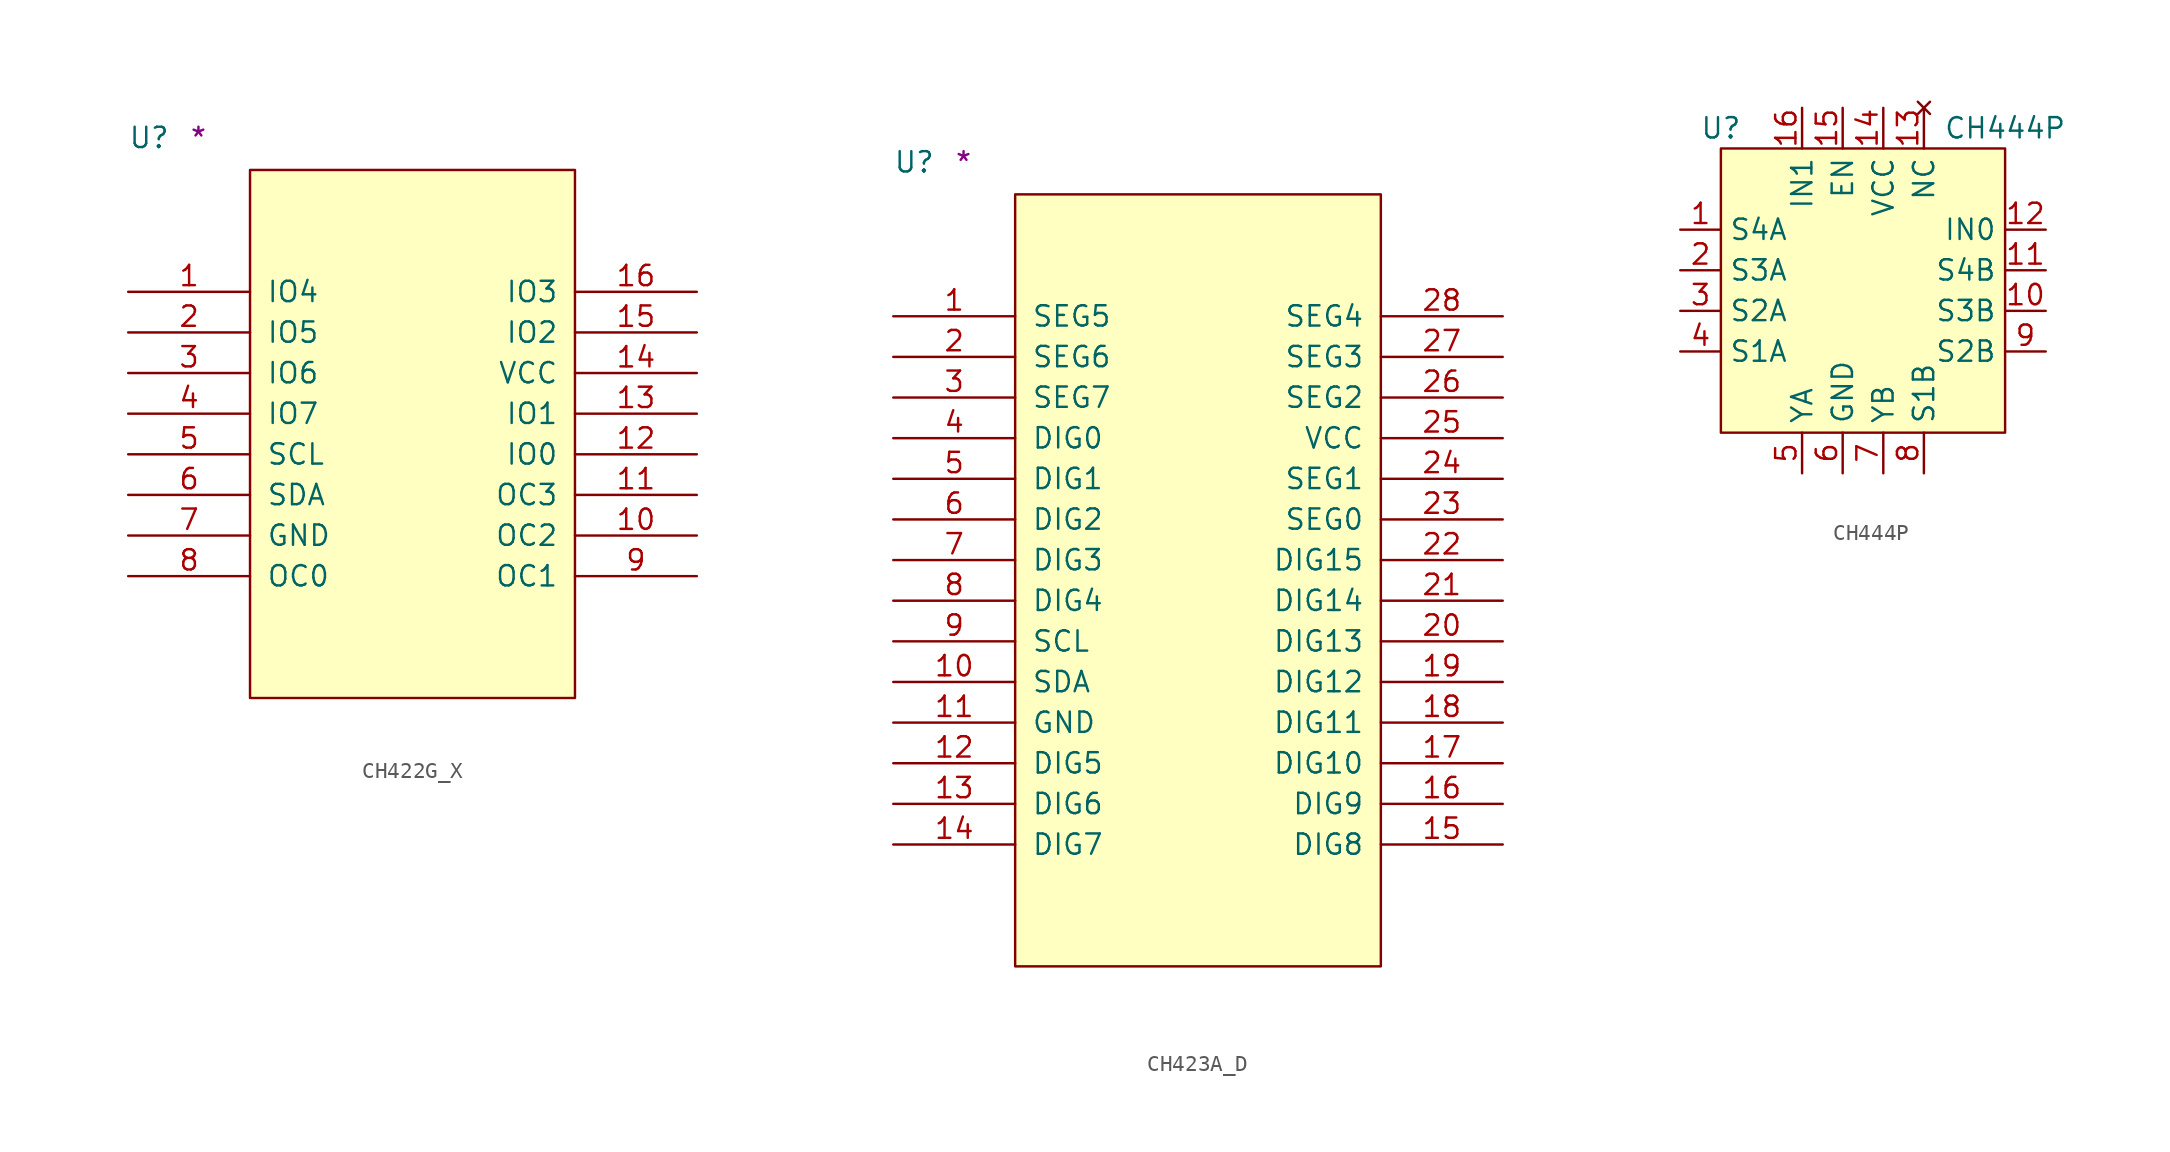
<source format=kicad_sym>
(kicad_symbol_lib
  (version 20211014)
  (generator kicad_symbol_editor)
  (symbol "CH422G_X"
    (pin_names
      (offset 1.016))
    (property "Reference" "U"
      (at -7.62 1.27 0)
      (effects (font (size 1.27 1.27)) (justify left bottom)))
    (property "Comment" "*"
      (at -3.81 1.27 0)
      (effects (font (size 1.27 1.27)) (justify left bottom)))
    (symbol "CH422G_X_1_1"
      (rectangle (start 0 -33.02) (end 20.32 0) (stroke (width 0) (type default) (color 0 0 0 0)) (fill (type background)))
      (pin bidirectional line (at -7.62 -7.62 0) (length 7.62) (name "IO4" (effects (font (size 1.27 1.27)))) (number "1" (effects (font (size 1.27 1.27)))))
      (pin open_collector line (at 27.94 -22.86 180) (length 7.62) (name "OC2" (effects (font (size 1.27 1.27)))) (number "10" (effects (font (size 1.27 1.27)))))
      (pin open_collector line (at 27.94 -20.32 180) (length 7.62) (name "OC3" (effects (font (size 1.27 1.27)))) (number "11" (effects (font (size 1.27 1.27)))))
      (pin bidirectional line (at 27.94 -17.78 180) (length 7.62) (name "IO0" (effects (font (size 1.27 1.27)))) (number "12" (effects (font (size 1.27 1.27)))))
      (pin bidirectional line (at 27.94 -15.24 180) (length 7.62) (name "IO1" (effects (font (size 1.27 1.27)))) (number "13" (effects (font (size 1.27 1.27)))))
      (pin power_in line (at 27.94 -12.7 180) (length 7.62) (name "VCC" (effects (font (size 1.27 1.27)))) (number "14" (effects (font (size 1.27 1.27)))))
      (pin bidirectional line (at 27.94 -10.16 180) (length 7.62) (name "IO2" (effects (font (size 1.27 1.27)))) (number "15" (effects (font (size 1.27 1.27)))))
      (pin bidirectional line (at 27.94 -7.62 180) (length 7.62) (name "IO3" (effects (font (size 1.27 1.27)))) (number "16" (effects (font (size 1.27 1.27)))))
      (pin bidirectional line (at -7.62 -10.16 0) (length 7.62) (name "IO5" (effects (font (size 1.27 1.27)))) (number "2" (effects (font (size 1.27 1.27)))))
      (pin bidirectional line (at -7.62 -12.7 0) (length 7.62) (name "IO6" (effects (font (size 1.27 1.27)))) (number "3" (effects (font (size 1.27 1.27)))))
      (pin bidirectional line (at -7.62 -15.24 0) (length 7.62) (name "IO7" (effects (font (size 1.27 1.27)))) (number "4" (effects (font (size 1.27 1.27)))))
      (pin input line (at -7.62 -17.78 0) (length 7.62) (name "SCL" (effects (font (size 1.27 1.27)))) (number "5" (effects (font (size 1.27 1.27)))))
      (pin bidirectional line (at -7.62 -20.32 0) (length 7.62) (name "SDA" (effects (font (size 1.27 1.27)))) (number "6" (effects (font (size 1.27 1.27)))))
      (pin power_in line (at -7.62 -22.86 0) (length 7.62) (name "GND" (effects (font (size 1.27 1.27)))) (number "7" (effects (font (size 1.27 1.27)))))
      (pin open_collector line (at -7.62 -25.4 0) (length 7.62) (name "OC0" (effects (font (size 1.27 1.27)))) (number "8" (effects (font (size 1.27 1.27)))))
      (pin open_collector line (at 27.94 -25.4 180) (length 7.62) (name "OC1" (effects (font (size 1.27 1.27)))) (number "9" (effects (font (size 1.27 1.27)))))))
  (symbol "CH423A_D"
    (pin_names
      (offset 1.016))
    (property "Reference" "U"
      (at -7.62 1.27 0)
      (effects (font (size 1.27 1.27)) (justify left bottom)))
    (property "Comment" "*"
      (at -3.81 1.27 0)
      (effects (font (size 1.27 1.27)) (justify left bottom)))
    (symbol "CH423A_D_1_1"
      (rectangle (start 0 -48.26) (end 22.86 0) (stroke (width 0) (type default) (color 0 0 0 0)) (fill (type background)))
      (pin bidirectional line (at -7.62 -7.62 0) (length 7.62) (name "SEG5" (effects (font (size 1.27 1.27)))) (number "1" (effects (font (size 1.27 1.27)))))
      (pin bidirectional line (at -7.62 -30.48 0) (length 7.62) (name "SDA" (effects (font (size 1.27 1.27)))) (number "10" (effects (font (size 1.27 1.27)))))
      (pin power_in line (at -7.62 -33.02 0) (length 7.62) (name "GND" (effects (font (size 1.27 1.27)))) (number "11" (effects (font (size 1.27 1.27)))))
      (pin open_collector line (at -7.62 -35.56 0) (length 7.62) (name "DIG5" (effects (font (size 1.27 1.27)))) (number "12" (effects (font (size 1.27 1.27)))))
      (pin open_collector line (at -7.62 -38.1 0) (length 7.62) (name "DIG6" (effects (font (size 1.27 1.27)))) (number "13" (effects (font (size 1.27 1.27)))))
      (pin open_collector line (at -7.62 -40.64 0) (length 7.62) (name "DIG7" (effects (font (size 1.27 1.27)))) (number "14" (effects (font (size 1.27 1.27)))))
      (pin open_collector line (at 30.48 -40.64 180) (length 7.62) (name "DIG8" (effects (font (size 1.27 1.27)))) (number "15" (effects (font (size 1.27 1.27)))))
      (pin open_collector line (at 30.48 -38.1 180) (length 7.62) (name "DIG9" (effects (font (size 1.27 1.27)))) (number "16" (effects (font (size 1.27 1.27)))))
      (pin open_collector line (at 30.48 -35.56 180) (length 7.62) (name "DIG10" (effects (font (size 1.27 1.27)))) (number "17" (effects (font (size 1.27 1.27)))))
      (pin open_collector line (at 30.48 -33.02 180) (length 7.62) (name "DIG11" (effects (font (size 1.27 1.27)))) (number "18" (effects (font (size 1.27 1.27)))))
      (pin open_collector line (at 30.48 -30.48 180) (length 7.62) (name "DIG12" (effects (font (size 1.27 1.27)))) (number "19" (effects (font (size 1.27 1.27)))))
      (pin bidirectional line (at -7.62 -10.16 0) (length 7.62) (name "SEG6" (effects (font (size 1.27 1.27)))) (number "2" (effects (font (size 1.27 1.27)))))
      (pin open_collector line (at 30.48 -27.94 180) (length 7.62) (name "DIG13" (effects (font (size 1.27 1.27)))) (number "20" (effects (font (size 1.27 1.27)))))
      (pin open_collector line (at 30.48 -25.4 180) (length 7.62) (name "DIG14" (effects (font (size 1.27 1.27)))) (number "21" (effects (font (size 1.27 1.27)))))
      (pin open_collector line (at 30.48 -22.86 180) (length 7.62) (name "DIG15" (effects (font (size 1.27 1.27)))) (number "22" (effects (font (size 1.27 1.27)))))
      (pin bidirectional line (at 30.48 -20.32 180) (length 7.62) (name "SEG0" (effects (font (size 1.27 1.27)))) (number "23" (effects (font (size 1.27 1.27)))))
      (pin bidirectional line (at 30.48 -17.78 180) (length 7.62) (name "SEG1" (effects (font (size 1.27 1.27)))) (number "24" (effects (font (size 1.27 1.27)))))
      (pin power_in line (at 30.48 -15.24 180) (length 7.62) (name "VCC" (effects (font (size 1.27 1.27)))) (number "25" (effects (font (size 1.27 1.27)))))
      (pin bidirectional line (at 30.48 -12.7 180) (length 7.62) (name "SEG2" (effects (font (size 1.27 1.27)))) (number "26" (effects (font (size 1.27 1.27)))))
      (pin bidirectional line (at 30.48 -10.16 180) (length 7.62) (name "SEG3" (effects (font (size 1.27 1.27)))) (number "27" (effects (font (size 1.27 1.27)))))
      (pin bidirectional line (at 30.48 -7.62 180) (length 7.62) (name "SEG4" (effects (font (size 1.27 1.27)))) (number "28" (effects (font (size 1.27 1.27)))))
      (pin bidirectional line (at -7.62 -12.7 0) (length 7.62) (name "SEG7" (effects (font (size 1.27 1.27)))) (number "3" (effects (font (size 1.27 1.27)))))
      (pin open_collector line (at -7.62 -15.24 0) (length 7.62) (name "DIG0" (effects (font (size 1.27 1.27)))) (number "4" (effects (font (size 1.27 1.27)))))
      (pin open_collector line (at -7.62 -17.78 0) (length 7.62) (name "DIG1" (effects (font (size 1.27 1.27)))) (number "5" (effects (font (size 1.27 1.27)))))
      (pin open_collector line (at -7.62 -20.32 0) (length 7.62) (name "DIG2" (effects (font (size 1.27 1.27)))) (number "6" (effects (font (size 1.27 1.27)))))
      (pin open_collector line (at -7.62 -22.86 0) (length 7.62) (name "DIG3" (effects (font (size 1.27 1.27)))) (number "7" (effects (font (size 1.27 1.27)))))
      (pin open_collector line (at -7.62 -25.4 0) (length 7.62) (name "DIG4" (effects (font (size 1.27 1.27)))) (number "8" (effects (font (size 1.27 1.27)))))
      (pin input line (at -7.62 -27.94 0) (length 7.62) (name "SCL" (effects (font (size 1.27 1.27)))) (number "9" (effects (font (size 1.27 1.27)))))))
  (symbol "CH444P"
    (property "Reference" "U"
      (at -8.89 10.16 0)
      (effects (font (size 1.27 1.27))))
    (property "Value" "CH444P"
      (at 8.89 10.16 0)
      (effects (font (size 1.27 1.27))))
    (symbol "CH444P_0_1"
      (rectangle (start -8.89 8.89) (end 8.89 -8.89) (stroke (width 0) (type default) (color 0 0 0 0)) (fill (type background))))
    (symbol "CH444P_1_1"
      (pin bidirectional line (at -11.43 3.81 0) (length 2.54) (name "S4A" (effects (font (size 1.27 1.27)))) (number "1" (effects (font (size 1.27 1.27)))))
      (pin bidirectional line (at 11.43 -1.27 180) (length 2.54) (name "S3B" (effects (font (size 1.27 1.27)))) (number "10" (effects (font (size 1.27 1.27)))))
      (pin bidirectional line (at 11.43 1.27 180) (length 2.54) (name "S4B" (effects (font (size 1.27 1.27)))) (number "11" (effects (font (size 1.27 1.27)))))
      (pin input line (at 11.43 3.81 180) (length 2.54) (name "IN0" (effects (font (size 1.27 1.27)))) (number "12" (effects (font (size 1.27 1.27)))))
      (pin no_connect line (at 3.81 11.43 270) (length 2.54) (name "NC" (effects (font (size 1.27 1.27)))) (number "13" (effects (font (size 1.27 1.27)))))
      (pin power_in line (at 1.27 11.43 270) (length 2.54) (name "VCC" (effects (font (size 1.27 1.27)))) (number "14" (effects (font (size 1.27 1.27)))))
      (pin input line (at -1.27 11.43 270) (length 2.54) (name "EN" (effects (font (size 1.27 1.27)))) (number "15" (effects (font (size 1.27 1.27)))))
      (pin input line (at -3.81 11.43 270) (length 2.54) (name "IN1" (effects (font (size 1.27 1.27)))) (number "16" (effects (font (size 1.27 1.27)))))
      (pin bidirectional line (at -11.43 1.27 0) (length 2.54) (name "S3A" (effects (font (size 1.27 1.27)))) (number "2" (effects (font (size 1.27 1.27)))))
      (pin bidirectional line (at -11.43 -1.27 0) (length 2.54) (name "S2A" (effects (font (size 1.27 1.27)))) (number "3" (effects (font (size 1.27 1.27)))))
      (pin bidirectional line (at -11.43 -3.81 0) (length 2.54) (name "S1A" (effects (font (size 1.27 1.27)))) (number "4" (effects (font (size 1.27 1.27)))))
      (pin bidirectional line (at -3.81 -11.43 90) (length 2.54) (name "YA" (effects (font (size 1.27 1.27)))) (number "5" (effects (font (size 1.27 1.27)))))
      (pin power_in line (at -1.27 -11.43 90) (length 2.54) (name "GND" (effects (font (size 1.27 1.27)))) (number "6" (effects (font (size 1.27 1.27)))))
      (pin bidirectional line (at 1.27 -11.43 90) (length 2.54) (name "YB" (effects (font (size 1.27 1.27)))) (number "7" (effects (font (size 1.27 1.27)))))
      (pin bidirectional line (at 3.81 -11.43 90) (length 2.54) (name "S1B" (effects (font (size 1.27 1.27)))) (number "8" (effects (font (size 1.27 1.27)))))
      (pin bidirectional line (at 11.43 -3.81 180) (length 2.54) (name "S2B" (effects (font (size 1.27 1.27)))) (number "9" (effects (font (size 1.27 1.27))))))))
</source>
